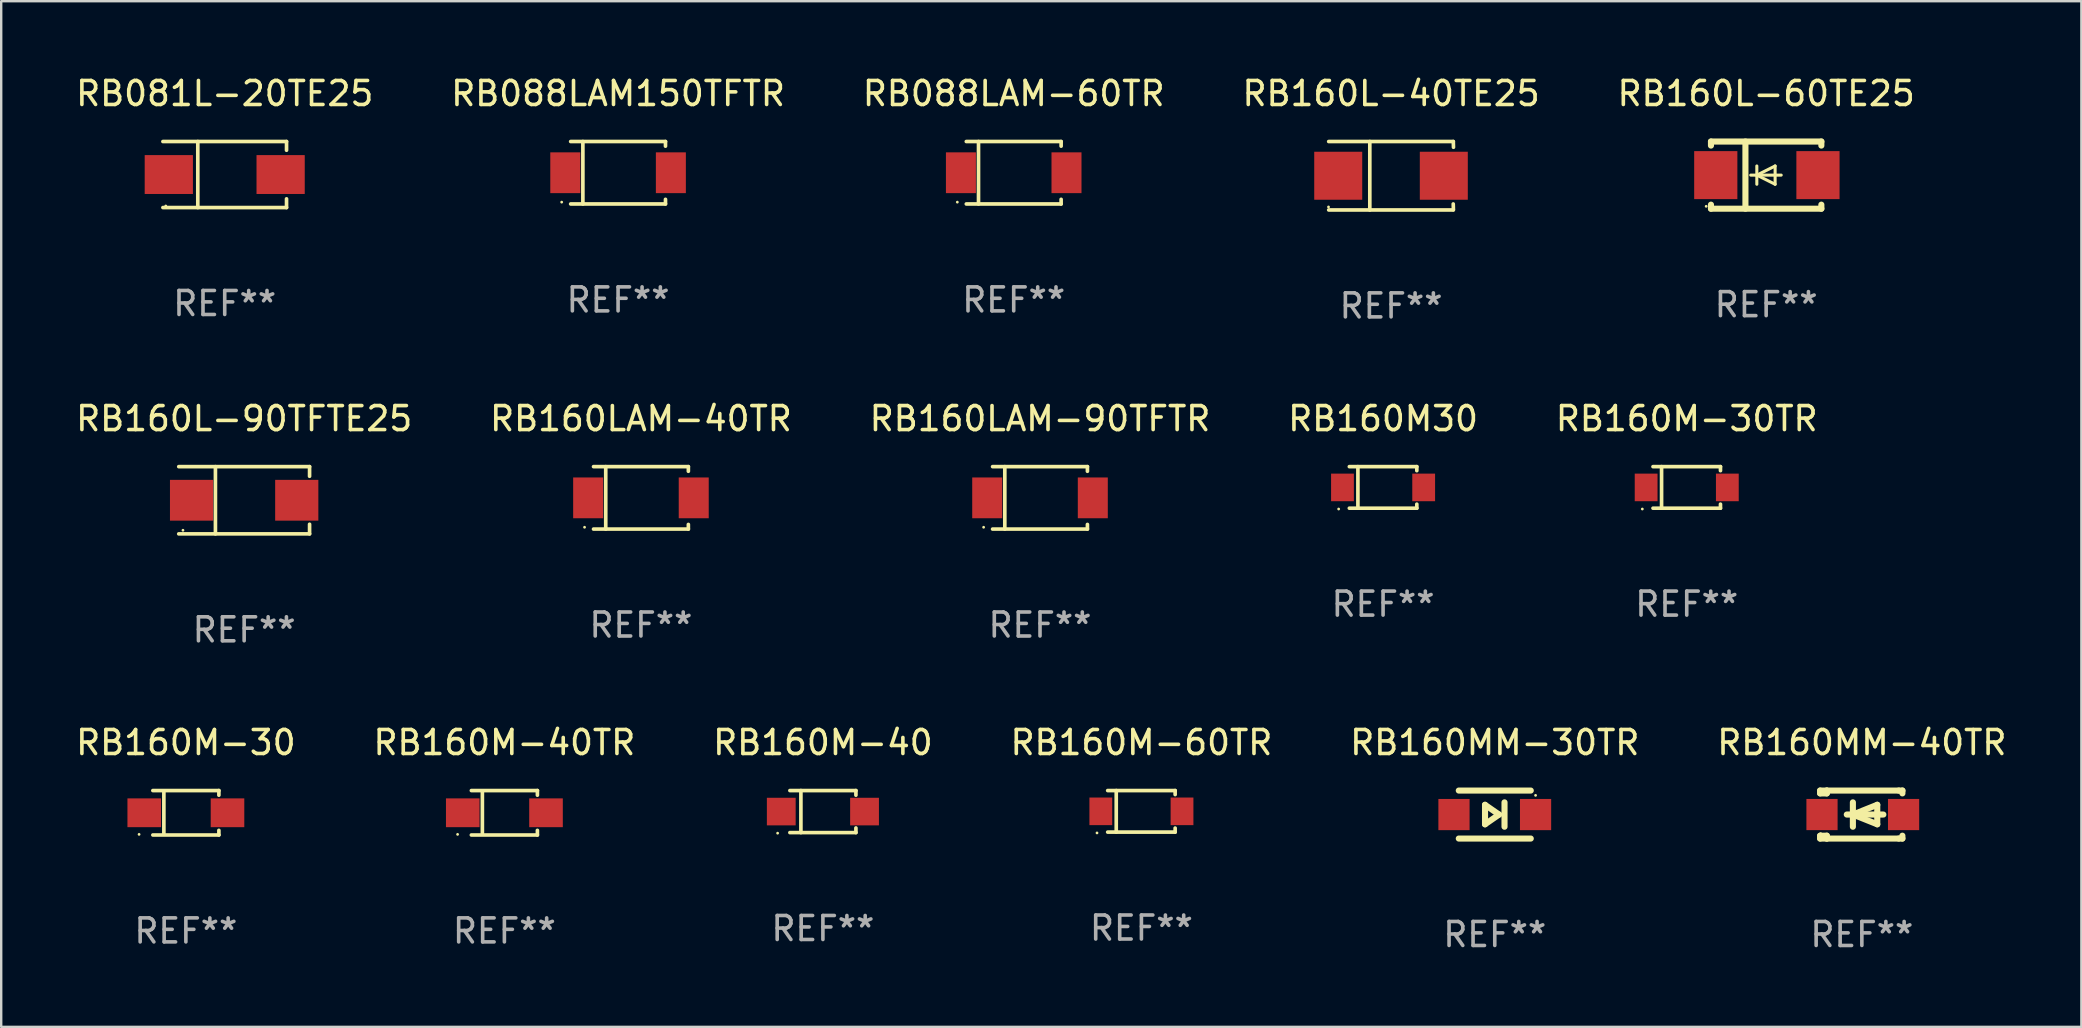
<source format=kicad_pcb>
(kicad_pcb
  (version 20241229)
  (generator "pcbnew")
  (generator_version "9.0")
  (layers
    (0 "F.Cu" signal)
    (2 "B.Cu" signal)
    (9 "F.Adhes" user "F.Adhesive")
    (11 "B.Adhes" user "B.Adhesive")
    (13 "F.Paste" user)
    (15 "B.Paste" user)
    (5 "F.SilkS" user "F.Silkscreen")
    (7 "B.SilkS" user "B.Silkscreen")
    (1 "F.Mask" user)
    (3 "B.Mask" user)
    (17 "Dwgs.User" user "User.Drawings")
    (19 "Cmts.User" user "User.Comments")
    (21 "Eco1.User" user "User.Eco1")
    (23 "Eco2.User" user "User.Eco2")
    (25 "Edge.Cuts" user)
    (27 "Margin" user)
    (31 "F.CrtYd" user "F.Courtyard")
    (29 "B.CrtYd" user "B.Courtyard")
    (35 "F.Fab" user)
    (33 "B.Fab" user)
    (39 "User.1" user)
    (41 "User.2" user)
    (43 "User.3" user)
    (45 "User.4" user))
  (footprint "RB160L-60TE25"
    (layer "F.Cu")
    (at 70.554 4.248)
    (property "Reference" "RB160L-60TE25" (at 0 -3.4 0) (layer "F.SilkS") (effects (font (size 1 1) (thickness 0.15))))
    (attr through_hole)
    (fp_line (start -2.3 -1.4) (end -2.3 -1.231) (stroke (width 0.254) (type solid)) (layer "F.SilkS"))
    (fp_line (start -2.3 -1.4) (end 2.3 -1.4) (stroke (width 0.254) (type solid)) (layer "F.SilkS"))
    (fp_line (start -2.3 1.231) (end -2.3 1.4) (stroke (width 0.254) (type solid)) (layer "F.SilkS"))
    (fp_line (start -2.3 1.4) (end 2.3 1.4) (stroke (width 0.254) (type solid)) (layer "F.SilkS"))
    (fp_line (start -0.864 1.4) (end -0.864 -1.4) (stroke (width 0.254) (type solid)) (layer "F.SilkS"))
    (fp_line (start -0.389 0) (end -0.389 -0.381) (stroke (width 0.127) (type solid)) (layer "F.SilkS"))
    (fp_line (start -0.389 0) (end -0.389 0.381) (stroke (width 0.127) (type solid)) (layer "F.SilkS"))
    (fp_line (start 0.373 -0.381) (end -0.389 0) (stroke (width 0.127) (type solid)) (layer "F.SilkS"))
    (fp_line (start 0.373 0) (end 0.373 -0.381) (stroke (width 0.127) (type solid)) (layer "F.SilkS"))
    (fp_line (start 0.373 0) (end 0.373 0.381) (stroke (width 0.127) (type solid)) (layer "F.SilkS"))
    (fp_line (start 0.373 0.381) (end -0.389 0) (stroke (width 0.127) (type solid)) (layer "F.SilkS"))
    (fp_line (start 0.627 0) (end -0.643 0) (stroke (width 0.127) (type solid)) (layer "F.SilkS"))
    (fp_line (start 2.3 -1.4) (end 2.3 -1.231) (stroke (width 0.254) (type solid)) (layer "F.SilkS"))
    (fp_line (start 2.3 1.231) (end 2.3 1.4) (stroke (width 0.254) (type solid)) (layer "F.SilkS"))
    (fp_circle (center -2.5 1.3) (end -2.47 1.3) (stroke (width 0.06) (type solid)) (fill no) (layer "F.SilkS"))
    (fp_text user "REF**" (at 0 5.4 0) (layer "F.Fab") (effects (font (size 1 1) (thickness 0.15))))
    (pad "1" smd rect (at -2.1 0 180) (size 1.8 2) (layers "F.Cu" "F.Mask" "F.Paste"))
    (pad "2" smd rect (at 2.159 0 180) (size 1.8 2) (layers "F.Cu" "F.Mask" "F.Paste")))
  (footprint "RB081L-20TE25"
    (layer "F.Cu")
    (at 6.315 4.224)
    (property "Reference" "RB081L-20TE25" (at 0 -3.376 0) (layer "F.SilkS") (effects (font (size 1 1) (thickness 0.15))))
    (attr through_hole)
    (fp_line (start -2.576 -1.376) (end 2.576 -1.376) (stroke (width 0.152) (type solid)) (layer "F.SilkS"))
    (fp_line (start -2.576 1.376) (end 2.576 1.376) (stroke (width 0.152) (type solid)) (layer "F.SilkS"))
    (fp_line (start -1.122 -1.376) (end -1.122 1.376) (stroke (width 0.152) (type solid)) (layer "F.SilkS"))
    (fp_line (start 2.576 -1.376) (end 2.576 -1.013) (stroke (width 0.152) (type solid)) (layer "F.SilkS"))
    (fp_line (start 2.576 1.376) (end 2.576 1.013) (stroke (width 0.152) (type solid)) (layer "F.SilkS"))
    (fp_circle (center -2.456 1.31) (end -2.426 1.31) (stroke (width 0.06) (type solid)) (fill no) (layer "F.SilkS"))
    (fp_text user "REF**" (at 0 5.376 0) (layer "F.Fab") (effects (font (size 1 1) (thickness 0.15))))
    (pad "1" smd rect (at -2.33 0 180) (size 2.01 1.62) (layers "F.Cu" "F.Mask" "F.Paste"))
    (pad "2" smd rect (at 2.33 0 180) (size 2.01 1.62) (layers "F.Cu" "F.Mask" "F.Paste")))
  (footprint "RB160M-60TR"
    (layer "F.Cu")
    (at 44.518 30.762)
    (property "Reference" "RB160M-60TR" (at 0 -2.866 0) (layer "F.SilkS") (effects (font (size 1 1) (thickness 0.15))))
    (attr through_hole)
    (fp_line (start -1.406 -0.866) (end 1.406 -0.866) (stroke (width 0.152) (type solid)) (layer "F.SilkS"))
    (fp_line (start -1.406 0.866) (end 1.406 0.866) (stroke (width 0.152) (type solid)) (layer "F.SilkS"))
    (fp_line (start -1.049 -0.866) (end -1.049 0.866) (stroke (width 0.152) (type solid)) (layer "F.SilkS"))
    (fp_line (start 1.406 -0.866) (end 1.406 -0.698) (stroke (width 0.152) (type solid)) (layer "F.SilkS"))
    (fp_line (start 1.406 0.866) (end 1.406 0.698) (stroke (width 0.152) (type solid)) (layer "F.SilkS"))
    (fp_circle (center -1.851 0.9) (end -1.821 0.9) (stroke (width 0.06) (type solid)) (fill no) (layer "F.SilkS"))
    (fp_text user "REF**" (at 0 4.866 0) (layer "F.Fab") (effects (font (size 1 1) (thickness 0.15))))
    (pad "1" smd rect (at -1.692 0) (size 0.95 1.15) (layers "F.Cu" "F.Mask" "F.Paste"))
    (pad "2" smd rect (at 1.692 0) (size 0.95 1.15) (layers "F.Cu" "F.Mask" "F.Paste")))
  (footprint "RB160M-30"
    (layer "F.Cu")
    (at 4.696 30.822)
    (property "Reference" "RB160M-30" (at 0 -2.926 0) (layer "F.SilkS") (effects (font (size 1 1) (thickness 0.15))))
    (attr through_hole)
    (fp_line (start -1.376 -0.926) (end 1.376 -0.926) (stroke (width 0.152) (type solid)) (layer "F.SilkS"))
    (fp_line (start -1.376 0.926) (end 1.376 0.926) (stroke (width 0.152) (type solid)) (layer "F.SilkS"))
    (fp_line (start -0.917 -0.876) (end -0.917 0.876) (stroke (width 0.152) (type solid)) (layer "F.SilkS"))
    (fp_line (start 1.376 -0.926) (end 1.376 -0.733) (stroke (width 0.152) (type solid)) (layer "F.SilkS"))
    (fp_line (start 1.376 0.926) (end 1.376 0.733) (stroke (width 0.152) (type solid)) (layer "F.SilkS"))
    (fp_circle (center -1.95 0.9) (end -1.92 0.9) (stroke (width 0.06) (type solid)) (fill no) (layer "F.SilkS"))
    (fp_text user "REF**" (at 0 4.926 0) (layer "F.Fab") (effects (font (size 1 1) (thickness 0.15))))
    (pad "1" smd rect (at -1.735 0) (size 1.4 1.2) (layers "F.Cu" "F.Mask" "F.Paste"))
    (pad "2" smd rect (at 1.735 0) (size 1.4 1.2) (layers "F.Cu" "F.Mask" "F.Paste")))
  (footprint "RB160M-40TR"
    (layer "F.Cu")
    (at 17.97 30.822)
    (property "Reference" "RB160M-40TR" (at 0 -2.926 0) (layer "F.SilkS") (effects (font (size 1 1) (thickness 0.15))))
    (attr through_hole)
    (fp_line (start -1.376 -0.926) (end 1.376 -0.926) (stroke (width 0.152) (type solid)) (layer "F.SilkS"))
    (fp_line (start -1.376 0.926) (end 1.376 0.926) (stroke (width 0.152) (type solid)) (layer "F.SilkS"))
    (fp_line (start -0.917 -0.876) (end -0.917 0.876) (stroke (width 0.152) (type solid)) (layer "F.SilkS"))
    (fp_line (start 1.376 -0.926) (end 1.376 -0.733) (stroke (width 0.152) (type solid)) (layer "F.SilkS"))
    (fp_line (start 1.376 0.926) (end 1.376 0.733) (stroke (width 0.152) (type solid)) (layer "F.SilkS"))
    (fp_circle (center -1.95 0.9) (end -1.92 0.9) (stroke (width 0.06) (type solid)) (fill no) (layer "F.SilkS"))
    (fp_text user "REF**" (at 0 4.926 0) (layer "F.Fab") (effects (font (size 1 1) (thickness 0.15))))
    (pad "1" smd rect (at -1.735 0) (size 1.4 1.2) (layers "F.Cu" "F.Mask" "F.Paste"))
    (pad "2" smd rect (at 1.735 0) (size 1.4 1.2) (layers "F.Cu" "F.Mask" "F.Paste")))
  (footprint "RB160L-90TFTE25"
    (layer "F.Cu")
    (at 7.125 17.798)
    (property "Reference" "RB160L-90TFTE25" (at 0 -3.401 0) (layer "F.SilkS") (effects (font (size 1 1) (thickness 0.15))))
    (attr through_hole)
    (fp_line (start -2.726 -1.401) (end 2.726 -1.401) (stroke (width 0.152) (type solid)) (layer "F.SilkS"))
    (fp_line (start -2.726 1.401) (end 2.726 1.401) (stroke (width 0.152) (type solid)) (layer "F.SilkS"))
    (fp_line (start -1.197 -1.401) (end -1.197 1.401) (stroke (width 0.152) (type solid)) (layer "F.SilkS"))
    (fp_line (start 2.726 -1.401) (end 2.726 -1) (stroke (width 0.152) (type solid)) (layer "F.SilkS"))
    (fp_line (start 2.726 1.401) (end 2.726 1) (stroke (width 0.152) (type solid)) (layer "F.SilkS"))
    (fp_circle (center -2.55 1.25) (end -2.52 1.25) (stroke (width 0.06) (type solid)) (fill no) (layer "F.SilkS"))
    (fp_text user "REF**" (at 0 5.401 0) (layer "F.Fab") (effects (font (size 1 1) (thickness 0.15))))
    (pad "1" smd rect (at -2.192 0) (size 1.8 1.7) (layers "F.Cu" "F.Mask" "F.Paste"))
    (pad "2" smd rect (at 2.192 0) (size 1.8 1.7) (layers "F.Cu" "F.Mask" "F.Paste")))
  (footprint "RB160LAM-40TR"
    (layer "F.Cu")
    (at 23.661 17.698)
    (property "Reference" "RB160LAM-40TR" (at 0 -3.301 0) (layer "F.SilkS") (effects (font (size 1 1) (thickness 0.15))))
    (attr through_hole)
    (fp_line (start -1.976 -1.301) (end 1.976 -1.301) (stroke (width 0.152) (type solid)) (layer "F.SilkS"))
    (fp_line (start -1.976 1.301) (end 1.976 1.301) (stroke (width 0.152) (type solid)) (layer "F.SilkS"))
    (fp_line (start -1.467 -1.301) (end -1.467 1.301) (stroke (width 0.152) (type solid)) (layer "F.SilkS"))
    (fp_line (start 1.976 -1.301) (end 1.976 -1.108) (stroke (width 0.152) (type solid)) (layer "F.SilkS"))
    (fp_line (start 1.976 1.301) (end 1.976 1.108) (stroke (width 0.152) (type solid)) (layer "F.SilkS"))
    (fp_circle (center -2.35 1.225) (end -2.32 1.225) (stroke (width 0.06) (type solid)) (fill no) (layer "F.SilkS"))
    (fp_text user "REF**" (at 0 5.301 0) (layer "F.Fab") (effects (font (size 1 1) (thickness 0.15))))
    (pad "1" smd rect (at -2.2 0 180) (size 1.25 1.7) (layers "F.Cu" "F.Mask" "F.Paste"))
    (pad "2" smd rect (at 2.2 0 180) (size 1.25 1.7) (layers "F.Cu" "F.Mask" "F.Paste")))
  (footprint "RB160MM-40TR"
    (layer "F.Cu")
    (at 74.542 30.896)
    (property "Reference" "RB160MM-40TR" (at 0 -3 0) (layer "F.SilkS") (effects (font (size 1 1) (thickness 0.15))))
    (attr through_hole)
    (fp_line (start -1.739 -1) (end -1.739 -0.882) (stroke (width 0.254) (type solid)) (layer "F.SilkS"))
    (fp_line (start -1.739 1) (end -1.739 0.881) (stroke (width 0.254) (type solid)) (layer "F.SilkS"))
    (fp_line (start -1.461 -1) (end -1.739 -1) (stroke (width 0.254) (type solid)) (layer "F.SilkS"))
    (fp_line (start -1.461 -1) (end -1.461 -0.882) (stroke (width 0.254) (type solid)) (layer "F.SilkS"))
    (fp_line (start -1.461 -1) (end 1.539 -1) (stroke (width 0.254) (type solid)) (layer "F.SilkS"))
    (fp_line (start -1.461 -0.882) (end -1.739 -0.882) (stroke (width 0.254) (type solid)) (layer "F.SilkS"))
    (fp_line (start -1.461 0.881) (end -1.739 0.881) (stroke (width 0.254) (type solid)) (layer "F.SilkS"))
    (fp_line (start -1.461 0.881) (end -1.461 1) (stroke (width 0.254) (type solid)) (layer "F.SilkS"))
    (fp_line (start -1.461 1) (end -1.739 1) (stroke (width 0.254) (type solid)) (layer "F.SilkS"))
    (fp_line (start -0.628 -0.000394) (end 0.896 -0.000394) (stroke (width 0.254) (type solid)) (layer "F.SilkS"))
    (fp_line (start -0.374 -0.508) (end -0.374 0.508) (stroke (width 0.254) (type solid)) (layer "F.SilkS"))
    (fp_line (start -0.374 -0.000394) (end 0.642 -0.407) (stroke (width 0.254) (type solid)) (layer "F.SilkS"))
    (fp_line (start 0.642 -0.407) (end 0.642 0.406) (stroke (width 0.254) (type solid)) (layer "F.SilkS"))
    (fp_line (start 0.642 0.406) (end -0.374 -0.000394) (stroke (width 0.254) (type solid)) (layer "F.SilkS"))
    (fp_line (start 1.539 -1) (end 1.69 -1) (stroke (width 0.254) (type solid)) (layer "F.SilkS"))
    (fp_line (start 1.539 1) (end -1.461 1) (stroke (width 0.254) (type solid)) (layer "F.SilkS"))
    (fp_line (start 1.689 0.881) (end 1.689 1) (stroke (width 0.254) (type solid)) (layer "F.SilkS"))
    (fp_line (start 1.689 1) (end 1.539 1) (stroke (width 0.254) (type solid)) (layer "F.SilkS"))
    (fp_line (start 1.69 -1) (end 1.69 -0.882) (stroke (width 0.254) (type solid)) (layer "F.SilkS"))
    (fp_circle (center -1.711 0.8) (end -1.681 0.8) (stroke (width 0.06) (type solid)) (fill no) (layer "F.SilkS"))
    (fp_text user "REF**" (at 0 5 0) (layer "F.Fab") (effects (font (size 1 1) (thickness 0.15))))
    (pad "1" smd rect (at -1.661 -0.000394) (size 1.3 1.3) (layers "F.Cu" "F.Mask" "F.Paste"))
    (pad "2" smd rect (at 1.739 -0.000394) (size 1.3 1.3) (layers "F.Cu" "F.Mask" "F.Paste")))
  (footprint "RB160M30"
    (layer "F.Cu")
    (at 54.589 17.263)
    (property "Reference" "RB160M30" (at 0 -2.866 0) (layer "F.SilkS") (effects (font (size 1 1) (thickness 0.15))))
    (attr through_hole)
    (fp_line (start -1.406 -0.866) (end 1.406 -0.866) (stroke (width 0.152) (type solid)) (layer "F.SilkS"))
    (fp_line (start -1.406 0.866) (end 1.406 0.866) (stroke (width 0.152) (type solid)) (layer "F.SilkS"))
    (fp_line (start -1.049 -0.866) (end -1.049 0.866) (stroke (width 0.152) (type solid)) (layer "F.SilkS"))
    (fp_line (start 1.406 -0.866) (end 1.406 -0.698) (stroke (width 0.152) (type solid)) (layer "F.SilkS"))
    (fp_line (start 1.406 0.866) (end 1.406 0.698) (stroke (width 0.152) (type solid)) (layer "F.SilkS"))
    (fp_circle (center -1.851 0.9) (end -1.821 0.9) (stroke (width 0.06) (type solid)) (fill no) (layer "F.SilkS"))
    (fp_text user "REF**" (at 0 4.866 0) (layer "F.Fab") (effects (font (size 1 1) (thickness 0.15))))
    (pad "1" smd rect (at -1.692 0) (size 0.95 1.15) (layers "F.Cu" "F.Mask" "F.Paste"))
    (pad "2" smd rect (at 1.692 0) (size 0.95 1.15) (layers "F.Cu" "F.Mask" "F.Paste")))
  (footprint "RB088LAM-60TR"
    (layer "F.Cu")
    (at 39.196 4.149)
    (property "Reference" "RB088LAM-60TR" (at 0 -3.301 0) (layer "F.SilkS") (effects (font (size 1 1) (thickness 0.15))))
    (attr through_hole)
    (fp_line (start -1.976 -1.301) (end 1.976 -1.301) (stroke (width 0.152) (type solid)) (layer "F.SilkS"))
    (fp_line (start -1.976 1.301) (end 1.976 1.301) (stroke (width 0.152) (type solid)) (layer "F.SilkS"))
    (fp_line (start -1.467 -1.301) (end -1.467 1.301) (stroke (width 0.152) (type solid)) (layer "F.SilkS"))
    (fp_line (start 1.976 -1.301) (end 1.976 -1.108) (stroke (width 0.152) (type solid)) (layer "F.SilkS"))
    (fp_line (start 1.976 1.301) (end 1.976 1.108) (stroke (width 0.152) (type solid)) (layer "F.SilkS"))
    (fp_circle (center -2.35 1.225) (end -2.32 1.225) (stroke (width 0.06) (type solid)) (fill no) (layer "F.SilkS"))
    (fp_text user "REF**" (at 0 5.301 0) (layer "F.Fab") (effects (font (size 1 1) (thickness 0.15))))
    (pad "1" smd rect (at -2.2 0 180) (size 1.25 1.7) (layers "F.Cu" "F.Mask" "F.Paste"))
    (pad "2" smd rect (at 2.2 0 180) (size 1.25 1.7) (layers "F.Cu" "F.Mask" "F.Paste")))
  (footprint "RB160L-40TE25"
    (layer "F.Cu")
    (at 54.923 4.274)
    (property "Reference" "RB160L-40TE25" (at 0 -3.426 0) (layer "F.SilkS") (effects (font (size 1 1) (thickness 0.15))))
    (attr through_hole)
    (fp_line (start -2.6 -1.426) (end 2.593 -1.426) (stroke (width 0.152) (type solid)) (layer "F.SilkS"))
    (fp_line (start -2.6 1.426) (end 2.593 1.426) (stroke (width 0.152) (type solid)) (layer "F.SilkS"))
    (fp_line (start -0.887 -1.426) (end -0.887 1.426) (stroke (width 0.152) (type solid)) (layer "F.SilkS"))
    (fp_line (start 2.59 1.176) (end 2.597 1.415) (stroke (width 0.152) (type solid)) (layer "F.SilkS"))
    (fp_line (start 2.593 -1.426) (end 2.6 -1.187) (stroke (width 0.152) (type solid)) (layer "F.SilkS"))
    (fp_circle (center -2.608 1.3) (end -2.578 1.3) (stroke (width 0.06) (type solid)) (fill no) (layer "F.SilkS"))
    (fp_text user "REF**" (at 0 5.426 0) (layer "F.Fab") (effects (font (size 1 1) (thickness 0.15))))
    (pad "1" smd rect (at -2.203 0 180) (size 2 2) (layers "F.Cu" "F.Mask" "F.Paste"))
    (pad "2" smd rect (at 2.197 0 180) (size 2 2) (layers "F.Cu" "F.Mask" "F.Paste")))
  (footprint "RB160MM-30TR"
    (layer "F.Cu")
    (at 59.244 30.896)
    (property "Reference" "RB160MM-30TR" (at 0 -3 0) (layer "F.SilkS") (effects (font (size 1 1) (thickness 0.15))))
    (attr through_hole)
    (fp_line (start -1.5 -1) (end 1.5 -1) (stroke (width 0.254) (type solid)) (layer "F.SilkS"))
    (fp_line (start -0.406 -0.406) (end 0.178 0) (stroke (width 0.254) (type solid)) (layer "F.SilkS"))
    (fp_line (start -0.406 0.406) (end -0.406 -0.406) (stroke (width 0.254) (type solid)) (layer "F.SilkS"))
    (fp_line (start 0.178 0) (end -0.406 0.406) (stroke (width 0.254) (type solid)) (layer "F.SilkS"))
    (fp_line (start 0.406 0.508) (end 0.406 -0.508) (stroke (width 0.254) (type solid)) (layer "F.SilkS"))
    (fp_line (start 1.5 1) (end -1.5 1) (stroke (width 0.254) (type solid)) (layer "F.SilkS"))
    (fp_circle (center 1.7 -0.8) (end 1.73 -0.8) (stroke (width 0.06) (type solid)) (fill no) (layer "F.SilkS"))
    (fp_text user "REF**" (at 0 5 0) (layer "F.Fab") (effects (font (size 1 1) (thickness 0.15))))
    (pad "1" smd rect (at 1.7 0 180) (size 1.3 1.3) (layers "F.Cu" "F.Mask" "F.Paste"))
    (pad "2" smd rect (at -1.7 0 180) (size 1.3 1.3) (layers "F.Cu" "F.Mask" "F.Paste")))
  (footprint "RB088LAM150TFTR"
    (layer "F.Cu")
    (at 22.708 4.149)
    (property "Reference" "RB088LAM150TFTR" (at 0 -3.301 0) (layer "F.SilkS") (effects (font (size 1 1) (thickness 0.15))))
    (attr through_hole)
    (fp_line (start -1.976 -1.301) (end 1.976 -1.301) (stroke (width 0.152) (type solid)) (layer "F.SilkS"))
    (fp_line (start -1.976 1.301) (end 1.976 1.301) (stroke (width 0.152) (type solid)) (layer "F.SilkS"))
    (fp_line (start -1.467 -1.301) (end -1.467 1.301) (stroke (width 0.152) (type solid)) (layer "F.SilkS"))
    (fp_line (start 1.976 -1.301) (end 1.976 -1.108) (stroke (width 0.152) (type solid)) (layer "F.SilkS"))
    (fp_line (start 1.976 1.301) (end 1.976 1.108) (stroke (width 0.152) (type solid)) (layer "F.SilkS"))
    (fp_circle (center -2.35 1.225) (end -2.32 1.225) (stroke (width 0.06) (type solid)) (fill no) (layer "F.SilkS"))
    (fp_text user "REF**" (at 0 5.301 0) (layer "F.Fab") (effects (font (size 1 1) (thickness 0.15))))
    (pad "1" smd rect (at -2.2 0 180) (size 1.25 1.7) (layers "F.Cu" "F.Mask" "F.Paste"))
    (pad "2" smd rect (at 2.2 0 180) (size 1.25 1.7) (layers "F.Cu" "F.Mask" "F.Paste")))
  (footprint "RB160M-30TR"
    (layer "F.Cu")
    (at 67.244 17.263)
    (property "Reference" "RB160M-30TR" (at 0 -2.866 0) (layer "F.SilkS") (effects (font (size 1 1) (thickness 0.15))))
    (attr through_hole)
    (fp_line (start -1.406 -0.866) (end 1.406 -0.866) (stroke (width 0.152) (type solid)) (layer "F.SilkS"))
    (fp_line (start -1.406 0.866) (end 1.406 0.866) (stroke (width 0.152) (type solid)) (layer "F.SilkS"))
    (fp_line (start -1.049 -0.866) (end -1.049 0.866) (stroke (width 0.152) (type solid)) (layer "F.SilkS"))
    (fp_line (start 1.406 -0.866) (end 1.406 -0.698) (stroke (width 0.152) (type solid)) (layer "F.SilkS"))
    (fp_line (start 1.406 0.866) (end 1.406 0.698) (stroke (width 0.152) (type solid)) (layer "F.SilkS"))
    (fp_circle (center -1.851 0.9) (end -1.821 0.9) (stroke (width 0.06) (type solid)) (fill no) (layer "F.SilkS"))
    (fp_text user "REF**" (at 0 4.866 0) (layer "F.Fab") (effects (font (size 1 1) (thickness 0.15))))
    (pad "1" smd rect (at -1.692 0) (size 0.95 1.15) (layers "F.Cu" "F.Mask" "F.Paste"))
    (pad "2" smd rect (at 1.692 0) (size 0.95 1.15) (layers "F.Cu" "F.Mask" "F.Paste")))
  (footprint "RB160LAM-90TFTR"
    (layer "F.Cu")
    (at 40.292 17.698)
    (property "Reference" "RB160LAM-90TFTR" (at 0 -3.301 0) (layer "F.SilkS") (effects (font (size 1 1) (thickness 0.15))))
    (attr through_hole)
    (fp_line (start -1.976 -1.301) (end 1.976 -1.301) (stroke (width 0.152) (type solid)) (layer "F.SilkS"))
    (fp_line (start -1.976 1.301) (end 1.976 1.301) (stroke (width 0.152) (type solid)) (layer "F.SilkS"))
    (fp_line (start -1.467 -1.301) (end -1.467 1.301) (stroke (width 0.152) (type solid)) (layer "F.SilkS"))
    (fp_line (start 1.976 -1.301) (end 1.976 -1.108) (stroke (width 0.152) (type solid)) (layer "F.SilkS"))
    (fp_line (start 1.976 1.301) (end 1.976 1.108) (stroke (width 0.152) (type solid)) (layer "F.SilkS"))
    (fp_circle (center -2.35 1.225) (end -2.32 1.225) (stroke (width 0.06) (type solid)) (fill no) (layer "F.SilkS"))
    (fp_text user "REF**" (at 0 5.301 0) (layer "F.Fab") (effects (font (size 1 1) (thickness 0.15))))
    (pad "1" smd rect (at -2.2 0 180) (size 1.25 1.7) (layers "F.Cu" "F.Mask" "F.Paste"))
    (pad "2" smd rect (at 2.2 0 180) (size 1.25 1.7) (layers "F.Cu" "F.Mask" "F.Paste")))
  (footprint "RB160M-40"
    (layer "F.Cu")
    (at 31.244 30.772)
    (property "Reference" "RB160M-40" (at 0 -2.876 0) (layer "F.SilkS") (effects (font (size 1 1) (thickness 0.15))))
    (attr through_hole)
    (fp_line (start -1.376 -0.876) (end 1.376 -0.876) (stroke (width 0.152) (type solid)) (layer "F.SilkS"))
    (fp_line (start -1.376 0.876) (end 1.376 0.876) (stroke (width 0.152) (type solid)) (layer "F.SilkS"))
    (fp_line (start -0.917 -0.876) (end -0.917 0.876) (stroke (width 0.152) (type solid)) (layer "F.SilkS"))
    (fp_line (start 1.376 -0.876) (end 1.376 -0.683) (stroke (width 0.152) (type solid)) (layer "F.SilkS"))
    (fp_line (start 1.376 0.876) (end 1.376 0.683) (stroke (width 0.152) (type solid)) (layer "F.SilkS"))
    (fp_circle (center -1.887 0.9) (end -1.857 0.9) (stroke (width 0.06) (type solid)) (fill no) (layer "F.SilkS"))
    (fp_text user "REF**" (at 0 4.876 0) (layer "F.Fab") (effects (font (size 1 1) (thickness 0.15))))
    (pad "1" smd rect (at -1.735 0) (size 1.2 1.15) (layers "F.Cu" "F.Mask" "F.Paste"))
    (pad "2" smd rect (at 1.735 0) (size 1.2 1.15) (layers "F.Cu" "F.Mask" "F.Paste")))
  (gr_rect
    (start -3 -3)
    (end 83.69 39.745)
    (stroke (width 0.1) (type default))
    (fill no)
    (layer "Edge.Cuts")))
</source>
